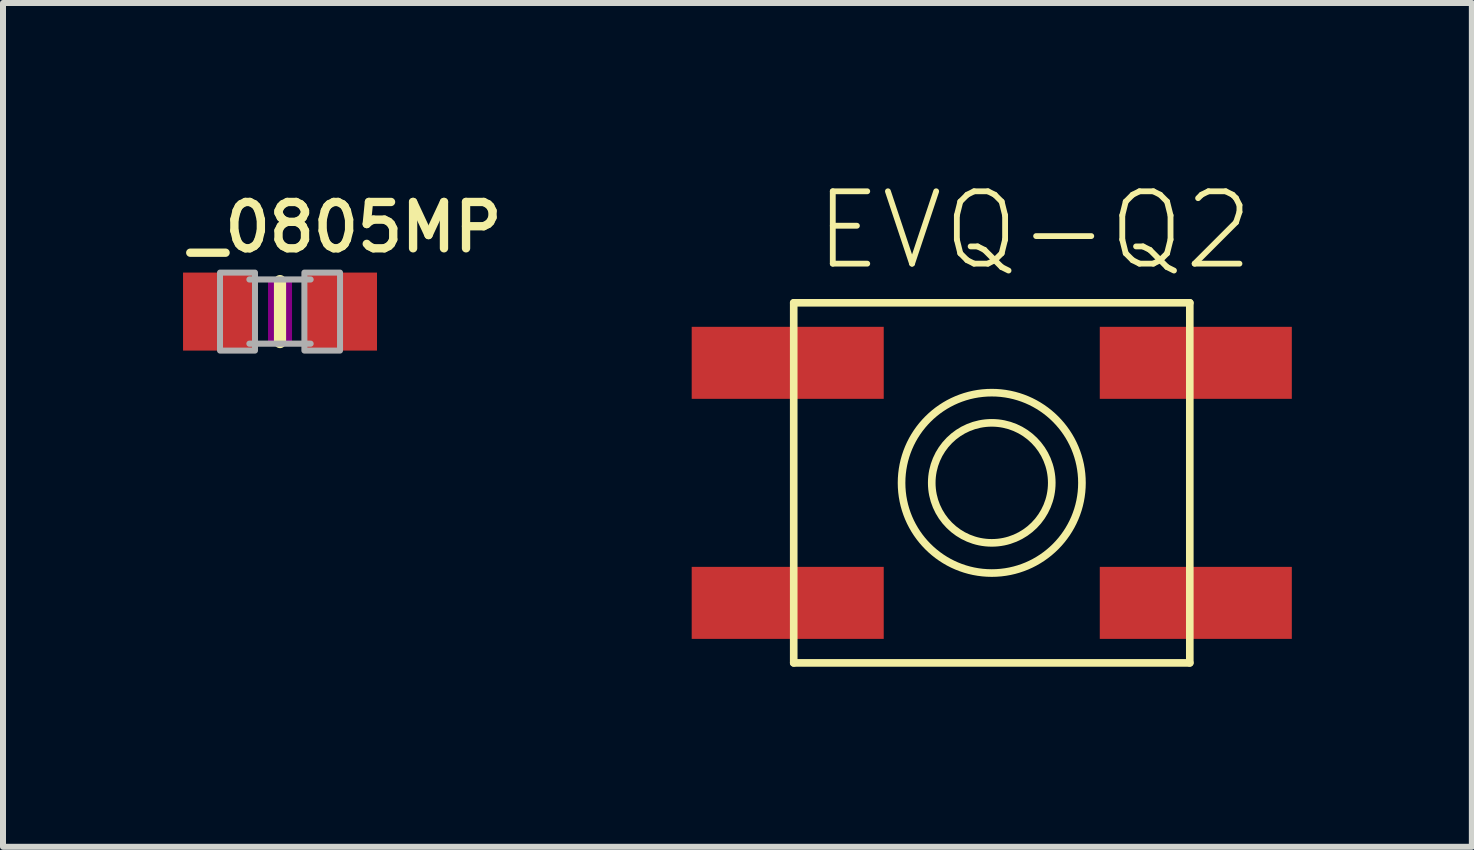
<source format=kicad_pcb>
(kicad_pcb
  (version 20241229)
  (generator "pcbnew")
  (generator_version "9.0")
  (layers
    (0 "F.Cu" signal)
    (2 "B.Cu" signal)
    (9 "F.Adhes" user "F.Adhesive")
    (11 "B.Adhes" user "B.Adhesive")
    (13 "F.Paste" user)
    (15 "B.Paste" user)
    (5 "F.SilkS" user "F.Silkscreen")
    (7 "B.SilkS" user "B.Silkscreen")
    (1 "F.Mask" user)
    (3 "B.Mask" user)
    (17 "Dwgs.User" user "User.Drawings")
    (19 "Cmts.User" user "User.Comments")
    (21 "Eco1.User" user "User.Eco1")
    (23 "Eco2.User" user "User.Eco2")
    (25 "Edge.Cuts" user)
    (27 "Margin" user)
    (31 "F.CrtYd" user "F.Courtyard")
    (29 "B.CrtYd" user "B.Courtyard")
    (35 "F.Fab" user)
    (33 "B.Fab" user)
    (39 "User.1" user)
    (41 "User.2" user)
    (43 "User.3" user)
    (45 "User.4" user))
  (footprint "EVQ-Q2"
    (layer "F.Cu")
    (at 13.476 4.996)
    (property "Reference" "EVQ-Q2" (at -3 -3.5 0) (layer "F.SilkS") (effects (font (size 1.206 1.206) (thickness 0.097)) (justify left bottom)))
    (attr through_hole)
    (fp_line (start -3.3 -3) (end 3.3 -3) (stroke (width 0.127) (type solid)) (layer "F.SilkS"))
    (fp_line (start -3.3 3) (end -3.3 -3) (stroke (width 0.127) (type solid)) (layer "F.SilkS"))
    (fp_line (start 3.3 -3) (end 3.3 3) (stroke (width 0.127) (type solid)) (layer "F.SilkS"))
    (fp_line (start 3.3 3) (end -3.3 3) (stroke (width 0.127) (type solid)) (layer "F.SilkS"))
    (fp_circle (center 0 0) (end 1 0) (stroke (width 0.127) (type solid)) (fill no) (layer "F.SilkS"))
    (fp_circle (center 0 0) (end 1.503 0) (stroke (width 0.127) (type solid)) (fill no) (layer "F.SilkS"))
    (pad "A" smd rect (at -3.4 2) (size 3.2 1.2) (layers "F.Cu" "F.Mask" "F.Paste"))
    (pad "A'" smd rect (at 3.4 2) (size 3.2 1.2) (layers "F.Cu" "F.Mask" "F.Paste"))
    (pad "B" smd rect (at -3.4 -2) (size 3.2 1.2) (layers "F.Cu" "F.Mask" "F.Paste"))
    (pad "B'" smd rect (at 3.4 -2) (size 3.2 1.2) (layers "F.Cu" "F.Mask" "F.Paste")))
  (footprint "_0805MP"
    (layer "F.Cu")
    (at 1.616 2.142)
    (property "Reference" "_0805MP" (at -1.587 -0.953 0) (layer "F.SilkS") (effects (font (size 0.772 0.772) (thickness 0.139)) (justify left bottom)))
    (attr through_hole)
    (fp_line (start 0 -0.508) (end 0 0.508) (stroke (width 0.203) (type solid)) (layer "F.SilkS"))
    (fp_poly (pts (xy -0.2 0.5) (xy 0.2 0.5) (xy 0.2 -0.5) (xy -0.2 -0.5)) (stroke (width 0) (type solid)) (fill yes) (layer "F.Adhes"))
    (fp_line (start -0.51 -0.535) (end 0.51 -0.535) (stroke (width 0.102) (type solid)) (layer "F.Fab"))
    (fp_line (start -0.51 0.535) (end 0.51 0.535) (stroke (width 0.102) (type solid)) (layer "F.Fab"))
    (fp_poly (pts (xy -1 0.65) (xy -0.417 0.65) (xy -0.417 -0.65) (xy -1 -0.65)) (stroke (width 0.1) (type solid)) (fill no) (layer "F.Fab"))
    (fp_poly (pts (xy 0.406 0.65) (xy 1 0.65) (xy 1 -0.65) (xy 0.406 -0.65)) (stroke (width 0.1) (type solid)) (fill no) (layer "F.Fab"))
    (pad "1" smd rect (at -1.016 0) (size 1.2 1.3) (layers "F.Cu" "F.Mask" "F.Paste"))
    (pad "2" smd rect (at 1.016 0) (size 1.2 1.3) (layers "F.Cu" "F.Mask" "F.Paste")))
  (gr_rect
    (start -3 -3)
    (end 21.476 11.06)
    (stroke (width 0.1) (type default))
    (fill no)
    (layer "Edge.Cuts")))
</source>
